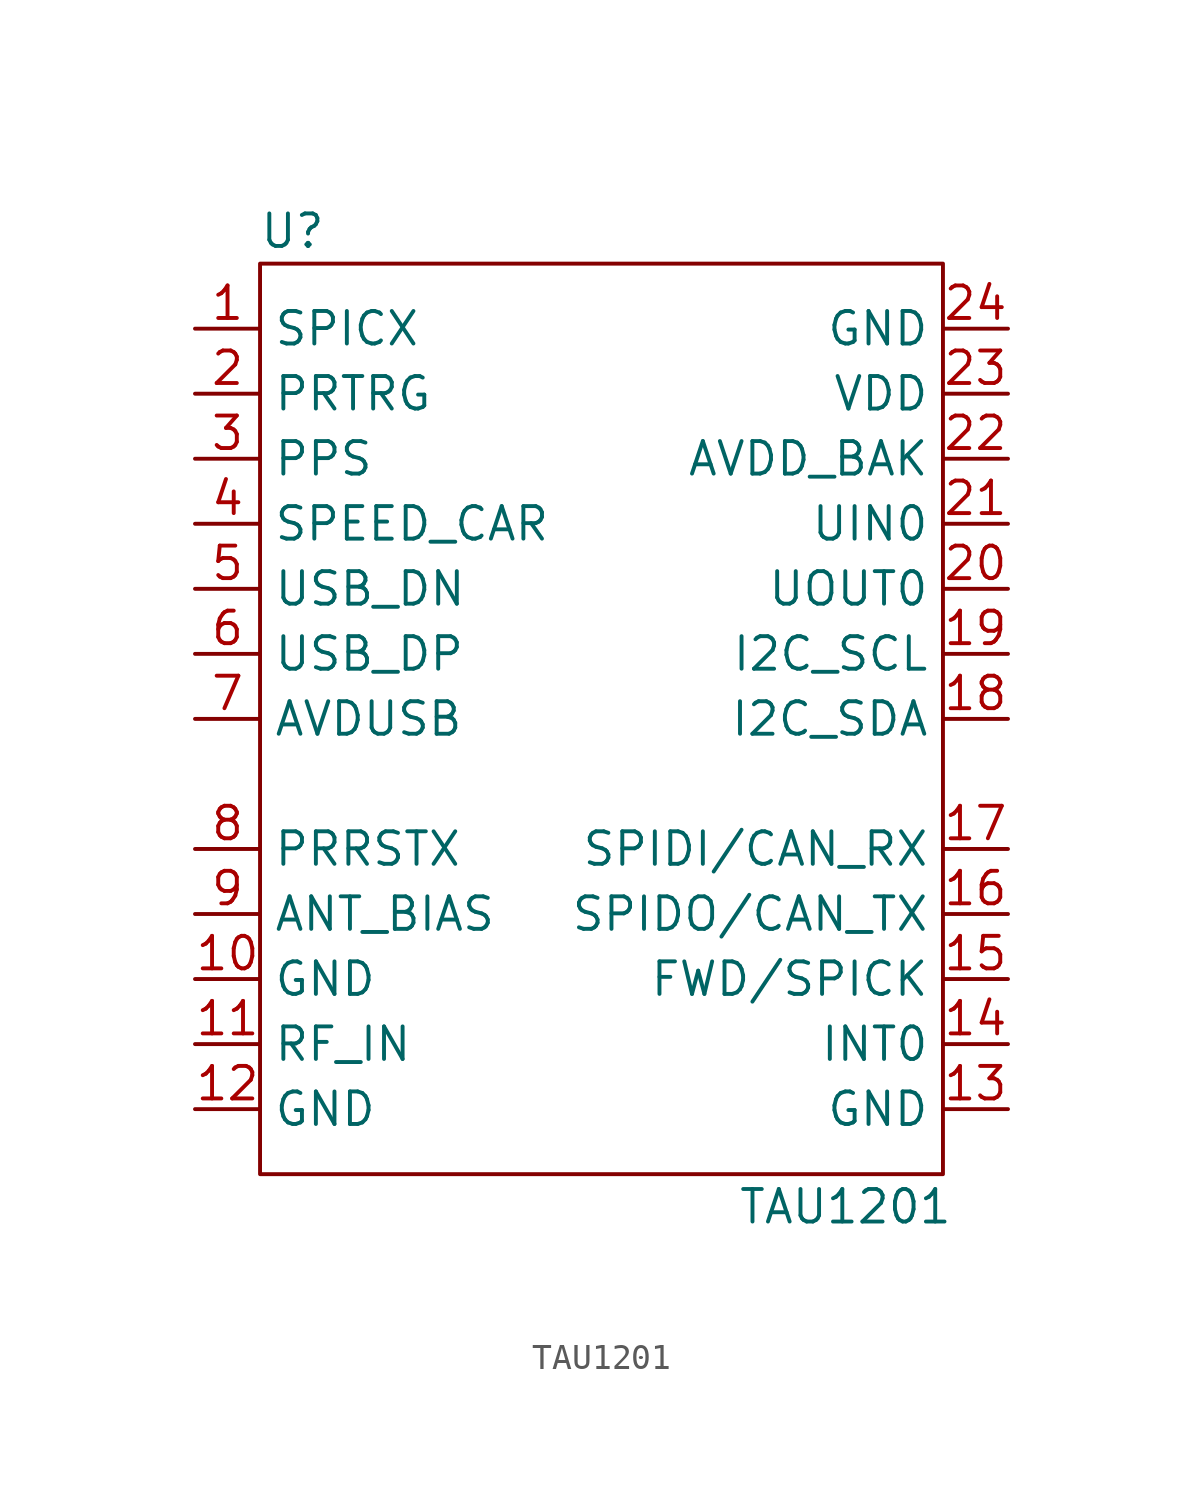
<source format=kicad_sym>
(kicad_symbol_lib
  (version 20211014)
  (generator kicad_symbol_editor)
  (symbol "TAU1201"
    (property "Reference" "U"
      (at 1.27 36.83 0)
      (effects (font (size 1.27 1.27))))
    (property "Value" "TAU1201"
      (at 22.86 -1.27 0)
      (effects (font (size 1.27 1.27))))
    (symbol "TAU1201_0_1"
      (rectangle (start 0 35.56) (end 26.67 0) (stroke (width 0) (type default) (color 0 0 0 0)) (fill (type none))))
    (symbol "TAU1201_1_1"
      (pin output line (at -2.54 33.02 0) (length 2.54) (name "SPICX" (effects (font (size 1.27 1.27)))) (number "1" (effects (font (size 1.27 1.27)))))
      (pin power_in line (at -2.54 7.62 0) (length 2.54) (name "GND" (effects (font (size 1.27 1.27)))) (number "10" (effects (font (size 1.27 1.27)))))
      (pin input line (at -2.54 5.08 0) (length 2.54) (name "RF_IN" (effects (font (size 1.27 1.27)))) (number "11" (effects (font (size 1.27 1.27)))))
      (pin power_in line (at -2.54 2.54 0) (length 2.54) (name "GND" (effects (font (size 1.27 1.27)))) (number "12" (effects (font (size 1.27 1.27)))))
      (pin power_in line (at 29.21 2.54 180) (length 2.54) (name "GND" (effects (font (size 1.27 1.27)))) (number "13" (effects (font (size 1.27 1.27)))))
      (pin output line (at 29.21 5.08 180) (length 2.54) (name "INT0" (effects (font (size 1.27 1.27)))) (number "14" (effects (font (size 1.27 1.27)))))
      (pin output line (at 29.21 7.62 180) (length 2.54) (name "FWD/SPICK" (effects (font (size 1.27 1.27)))) (number "15" (effects (font (size 1.27 1.27)))))
      (pin output line (at 29.21 10.16 180) (length 2.54) (name "SPIDO/CAN_TX" (effects (font (size 1.27 1.27)))) (number "16" (effects (font (size 1.27 1.27)))))
      (pin input line (at 29.21 12.7 180) (length 2.54) (name "SPIDI/CAN_RX" (effects (font (size 1.27 1.27)))) (number "17" (effects (font (size 1.27 1.27)))))
      (pin bidirectional line (at 29.21 17.78 180) (length 2.54) (name "I2C_SDA" (effects (font (size 1.27 1.27)))) (number "18" (effects (font (size 1.27 1.27)))))
      (pin output line (at 29.21 20.32 180) (length 2.54) (name "I2C_SCL" (effects (font (size 1.27 1.27)))) (number "19" (effects (font (size 1.27 1.27)))))
      (pin input line (at -2.54 30.48 0) (length 2.54) (name "PRTRG" (effects (font (size 1.27 1.27)))) (number "2" (effects (font (size 1.27 1.27)))))
      (pin output line (at 29.21 22.86 180) (length 2.54) (name "UOUT0" (effects (font (size 1.27 1.27)))) (number "20" (effects (font (size 1.27 1.27)))))
      (pin input line (at 29.21 25.4 180) (length 2.54) (name "UIN0" (effects (font (size 1.27 1.27)))) (number "21" (effects (font (size 1.27 1.27)))))
      (pin power_in line (at 29.21 27.94 180) (length 2.54) (name "AVDD_BAK" (effects (font (size 1.27 1.27)))) (number "22" (effects (font (size 1.27 1.27)))))
      (pin power_in line (at 29.21 30.48 180) (length 2.54) (name "VDD" (effects (font (size 1.27 1.27)))) (number "23" (effects (font (size 1.27 1.27)))))
      (pin power_in line (at 29.21 33.02 180) (length 2.54) (name "GND" (effects (font (size 1.27 1.27)))) (number "24" (effects (font (size 1.27 1.27)))))
      (pin output line (at -2.54 27.94 0) (length 2.54) (name "PPS" (effects (font (size 1.27 1.27)))) (number "3" (effects (font (size 1.27 1.27)))))
      (pin input line (at -2.54 25.4 0) (length 2.54) (name "SPEED_CAR" (effects (font (size 1.27 1.27)))) (number "4" (effects (font (size 1.27 1.27)))))
      (pin bidirectional line (at -2.54 22.86 0) (length 2.54) (name "USB_DN" (effects (font (size 1.27 1.27)))) (number "5" (effects (font (size 1.27 1.27)))))
      (pin bidirectional line (at -2.54 20.32 0) (length 2.54) (name "USB_DP" (effects (font (size 1.27 1.27)))) (number "6" (effects (font (size 1.27 1.27)))))
      (pin power_in line (at -2.54 17.78 0) (length 2.54) (name "AVDUSB" (effects (font (size 1.27 1.27)))) (number "7" (effects (font (size 1.27 1.27)))))
      (pin input line (at -2.54 12.7 0) (length 2.54) (name "PRRSTX" (effects (font (size 1.27 1.27)))) (number "8" (effects (font (size 1.27 1.27)))))
      (pin output line (at -2.54 10.16 0) (length 2.54) (name "ANT_BIAS" (effects (font (size 1.27 1.27)))) (number "9" (effects (font (size 1.27 1.27))))))))
</source>
